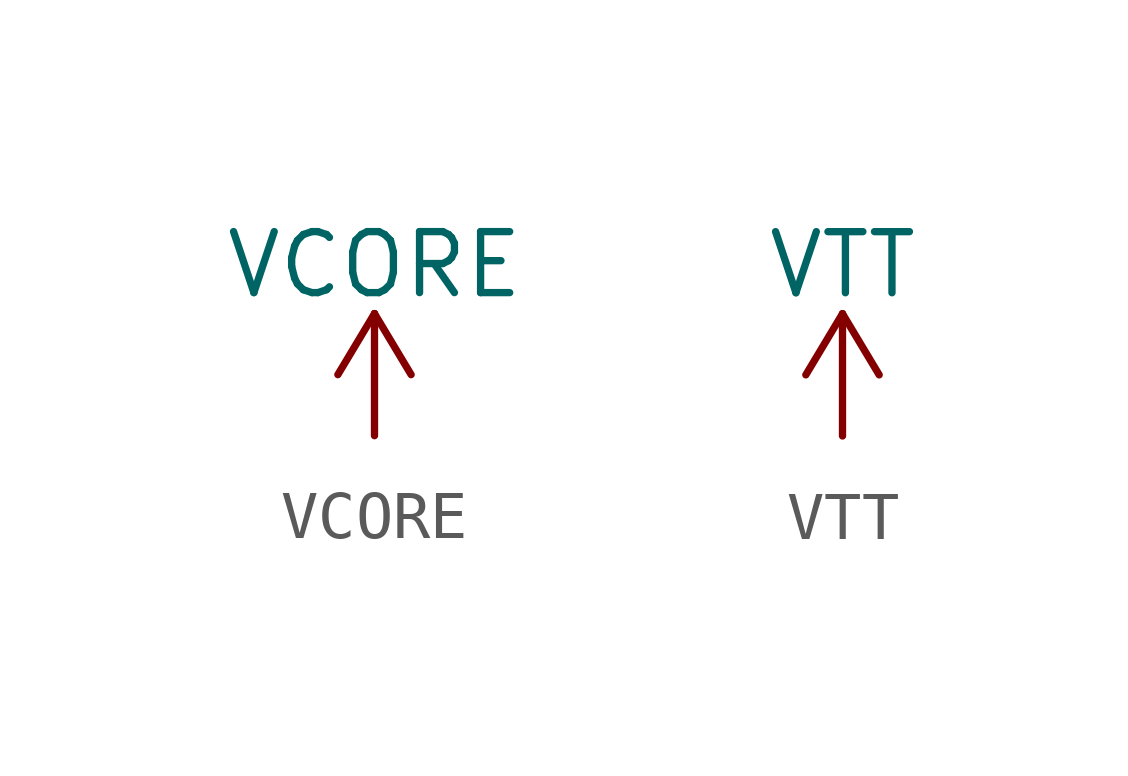
<source format=kicad_sym>
(kicad_symbol_lib
  (version 20220914)
  (generator kicad_symbol_editor)
  (symbol "VCORE"
    (power)
    (pin_names
      (offset 0))
    (property "Reference" "#PWR"
      (at 0 -3.81 0)
      (effects (font (size 1.27 1.27)) hide))
    (property "Value" "VCORE"
      (at 0 3.556 0)
      (effects (font (size 1.27 1.27))))
    (symbol "VCORE_0_1"
      (polyline (pts (xy -0.762 1.27) (xy 0 2.54)) (stroke (width 0) (type default)) (fill (type none)))
      (polyline (pts (xy 0 0) (xy 0 2.54)) (stroke (width 0) (type default)) (fill (type none)))
      (polyline (pts (xy 0 2.54) (xy 0.762 1.27)) (stroke (width 0) (type default)) (fill (type none))))
    (symbol "VCORE_1_1"
      (pin power_in line (at 0 0 90) (length 0) hide (name "VCORE" (effects (font (size 1.27 1.27)))) (number "1" (effects (font (size 1.27 1.27)))))))
  (symbol "VTT"
    (power)
    (pin_names
      (offset 0))
    (property "Reference" "#PWR"
      (at 0 -3.81 0)
      (effects (font (size 1.27 1.27)) hide))
    (property "Value" "VTT"
      (at 0 3.556 0)
      (effects (font (size 1.27 1.27))))
    (symbol "VTT_0_1"
      (polyline (pts (xy -0.762 1.27) (xy 0 2.54)) (stroke (width 0) (type default)) (fill (type none)))
      (polyline (pts (xy 0 0) (xy 0 2.54)) (stroke (width 0) (type default)) (fill (type none)))
      (polyline (pts (xy 0 2.54) (xy 0.762 1.27)) (stroke (width 0) (type default)) (fill (type none))))
    (symbol "VTT_1_1"
      (pin power_in line (at 0 0 90) (length 0) hide (name "VTT" (effects (font (size 1.27 1.27)))) (number "1" (effects (font (size 1.27 1.27))))))))
</source>
